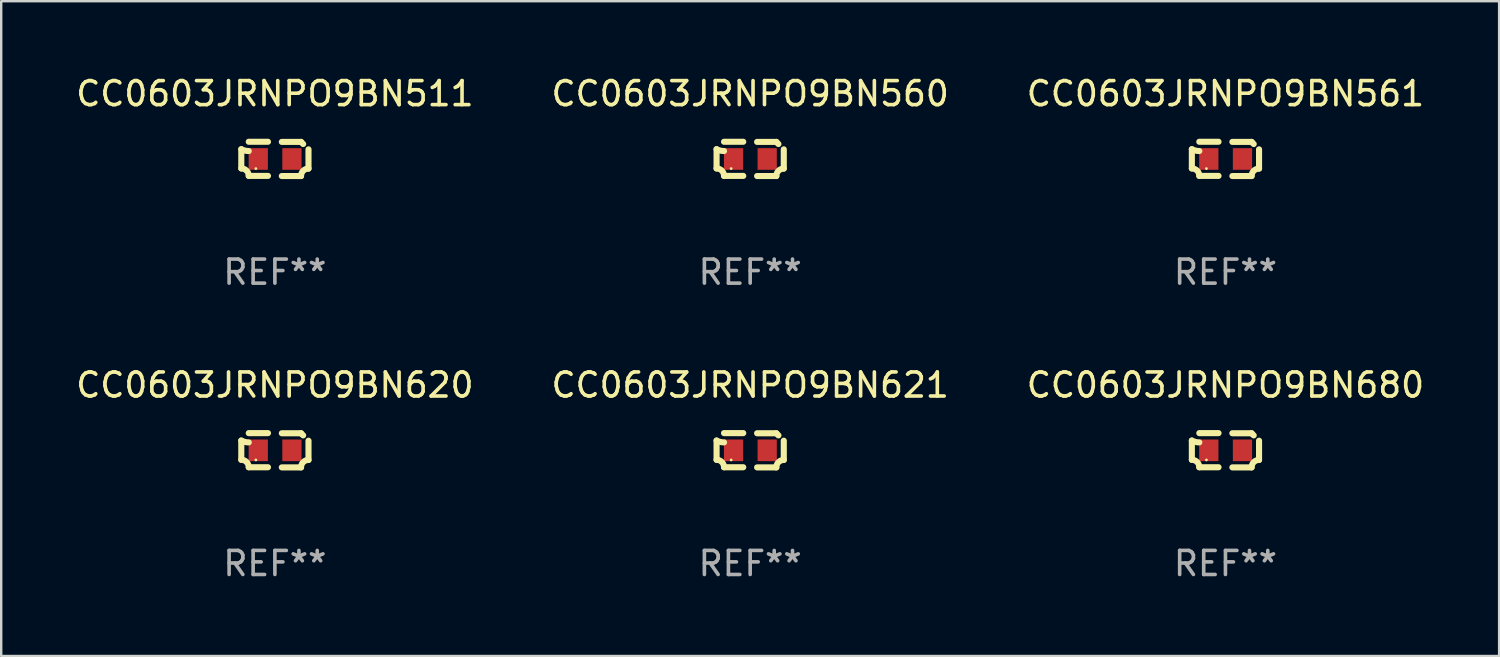
<source format=kicad_pcb>
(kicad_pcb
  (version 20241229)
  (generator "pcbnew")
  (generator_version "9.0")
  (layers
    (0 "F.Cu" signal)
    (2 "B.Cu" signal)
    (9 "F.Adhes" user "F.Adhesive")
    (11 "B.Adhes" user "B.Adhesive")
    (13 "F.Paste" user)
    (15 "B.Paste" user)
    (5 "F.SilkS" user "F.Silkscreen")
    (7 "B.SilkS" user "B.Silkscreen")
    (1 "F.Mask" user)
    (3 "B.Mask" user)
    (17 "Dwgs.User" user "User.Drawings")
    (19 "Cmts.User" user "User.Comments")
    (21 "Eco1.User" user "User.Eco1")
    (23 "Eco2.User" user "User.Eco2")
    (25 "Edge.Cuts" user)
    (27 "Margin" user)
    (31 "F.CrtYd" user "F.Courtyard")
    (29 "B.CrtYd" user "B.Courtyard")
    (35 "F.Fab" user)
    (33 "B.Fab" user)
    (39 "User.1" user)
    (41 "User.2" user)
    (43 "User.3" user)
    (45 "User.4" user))
  (footprint "CC0603JRNPO9BN680"
    (layer "F.Cu")
    (at 47.935 15.683)
    (property "Reference" "CC0603JRNPO9BN680" (at 0 -2.713 0) (layer "F.SilkS") (effects (font (size 1 1) (thickness 0.15))))
    (attr through_hole)
    (fp_line (start -1.398 -0.403) (end -1.398 0.397) (stroke (width 0.254) (type solid)) (layer "F.SilkS"))
    (fp_line (start -0.288 -0.713) (end -1.088 -0.713) (stroke (width 0.254) (type solid)) (layer "F.SilkS"))
    (fp_line (start -0.288 0.707) (end -1.088 0.707) (stroke (width 0.254) (type solid)) (layer "F.SilkS"))
    (fp_line (start 0.288 -0.707) (end 1.088 -0.707) (stroke (width 0.254) (type solid)) (layer "F.SilkS"))
    (fp_line (start 0.288 0.713) (end 1.088 0.713) (stroke (width 0.254) (type solid)) (layer "F.SilkS"))
    (fp_line (start 1.398 -0.397) (end 1.398 0.403) (stroke (width 0.254) (type solid)) (layer "F.SilkS"))
    (fp_arc (start -1.397789 0.397066) (mid -1.178701 0.487826) (end -1.08796 0.706922) (stroke (width 0.254001) (type solid)) (layer "F.SilkS"))
    (fp_arc (start -1.08796 -0.327176) (mid -1.247436 -0.346384) (end -1.39779 -0.402908) (stroke (width 0.254001) (type solid)) (layer "F.SilkS"))
    (fp_arc (start 1.087909 0.712738) (mid 1.178656 0.493655) (end 1.397739 0.402908) (stroke (width 0.254001) (type solid)) (layer "F.SilkS"))
    (fp_arc (start 1.175925 -0.618926) (mid 1.131917 -0.662923) (end 1.08791 -0.706922) (stroke (width 0.254001) (type solid)) (layer "F.SilkS"))
    (fp_circle (center -0.792 0.403) (end -0.762 0.403) (stroke (width 0.06) (type solid)) (fill no) (layer "F.SilkS"))
    (fp_text user "REF**" (at 0 4.713 0) (layer "F.Fab") (effects (font (size 1 1) (thickness 0.15))))
    (pad "1" smd rect (at -0.692 0.003) (size 0.8 0.9) (layers "F.Cu" "F.Mask" "F.Paste"))
    (pad "2" smd rect (at 0.708 0.003) (size 0.8 0.9) (layers "F.Cu" "F.Mask" "F.Paste")))
  (footprint "CC0603JRNPO9BN560"
    (layer "F.Cu")
    (at 28.161 3.561)
    (property "Reference" "CC0603JRNPO9BN560" (at 0 -2.713 0) (layer "F.SilkS") (effects (font (size 1 1) (thickness 0.15))))
    (attr through_hole)
    (fp_line (start -1.398 -0.403) (end -1.398 0.397) (stroke (width 0.254) (type solid)) (layer "F.SilkS"))
    (fp_line (start -0.288 -0.713) (end -1.088 -0.713) (stroke (width 0.254) (type solid)) (layer "F.SilkS"))
    (fp_line (start -0.288 0.707) (end -1.088 0.707) (stroke (width 0.254) (type solid)) (layer "F.SilkS"))
    (fp_line (start 0.288 -0.707) (end 1.088 -0.707) (stroke (width 0.254) (type solid)) (layer "F.SilkS"))
    (fp_line (start 0.288 0.713) (end 1.088 0.713) (stroke (width 0.254) (type solid)) (layer "F.SilkS"))
    (fp_line (start 1.398 -0.397) (end 1.398 0.403) (stroke (width 0.254) (type solid)) (layer "F.SilkS"))
    (fp_arc (start -1.397789 0.397066) (mid -1.178701 0.487826) (end -1.08796 0.706922) (stroke (width 0.254001) (type solid)) (layer "F.SilkS"))
    (fp_arc (start -1.08796 -0.327176) (mid -1.247436 -0.346384) (end -1.39779 -0.402908) (stroke (width 0.254001) (type solid)) (layer "F.SilkS"))
    (fp_arc (start 1.087909 0.712738) (mid 1.178656 0.493655) (end 1.397739 0.402908) (stroke (width 0.254001) (type solid)) (layer "F.SilkS"))
    (fp_arc (start 1.175925 -0.618926) (mid 1.131917 -0.662923) (end 1.08791 -0.706922) (stroke (width 0.254001) (type solid)) (layer "F.SilkS"))
    (fp_circle (center -0.792 0.403) (end -0.762 0.403) (stroke (width 0.06) (type solid)) (fill no) (layer "F.SilkS"))
    (fp_text user "REF**" (at 0 4.713 0) (layer "F.Fab") (effects (font (size 1 1) (thickness 0.15))))
    (pad "1" smd rect (at -0.692 0.003) (size 0.8 0.9) (layers "F.Cu" "F.Mask" "F.Paste"))
    (pad "2" smd rect (at 0.708 0.003) (size 0.8 0.9) (layers "F.Cu" "F.Mask" "F.Paste")))
  (footprint "CC0603JRNPO9BN511"
    (layer "F.Cu")
    (at 8.387 3.561)
    (property "Reference" "CC0603JRNPO9BN511" (at 0 -2.713 0) (layer "F.SilkS") (effects (font (size 1 1) (thickness 0.15))))
    (attr through_hole)
    (fp_line (start -1.398 -0.403) (end -1.398 0.397) (stroke (width 0.254) (type solid)) (layer "F.SilkS"))
    (fp_line (start -0.288 -0.713) (end -1.088 -0.713) (stroke (width 0.254) (type solid)) (layer "F.SilkS"))
    (fp_line (start -0.288 0.707) (end -1.088 0.707) (stroke (width 0.254) (type solid)) (layer "F.SilkS"))
    (fp_line (start 0.288 -0.707) (end 1.088 -0.707) (stroke (width 0.254) (type solid)) (layer "F.SilkS"))
    (fp_line (start 0.288 0.713) (end 1.088 0.713) (stroke (width 0.254) (type solid)) (layer "F.SilkS"))
    (fp_line (start 1.398 -0.397) (end 1.398 0.403) (stroke (width 0.254) (type solid)) (layer "F.SilkS"))
    (fp_arc (start -1.397789 0.397066) (mid -1.178701 0.487826) (end -1.08796 0.706922) (stroke (width 0.254001) (type solid)) (layer "F.SilkS"))
    (fp_arc (start -1.08796 -0.327176) (mid -1.247436 -0.346384) (end -1.39779 -0.402908) (stroke (width 0.254001) (type solid)) (layer "F.SilkS"))
    (fp_arc (start 1.087909 0.712738) (mid 1.178656 0.493655) (end 1.397739 0.402908) (stroke (width 0.254001) (type solid)) (layer "F.SilkS"))
    (fp_arc (start 1.175925 -0.618926) (mid 1.131917 -0.662923) (end 1.08791 -0.706922) (stroke (width 0.254001) (type solid)) (layer "F.SilkS"))
    (fp_circle (center -0.792 0.403) (end -0.762 0.403) (stroke (width 0.06) (type solid)) (fill no) (layer "F.SilkS"))
    (fp_text user "REF**" (at 0 4.713 0) (layer "F.Fab") (effects (font (size 1 1) (thickness 0.15))))
    (pad "1" smd rect (at -0.692 0.003) (size 0.8 0.9) (layers "F.Cu" "F.Mask" "F.Paste"))
    (pad "2" smd rect (at 0.708 0.003) (size 0.8 0.9) (layers "F.Cu" "F.Mask" "F.Paste")))
  (footprint "CC0603JRNPO9BN561"
    (layer "F.Cu")
    (at 47.935 3.561)
    (property "Reference" "CC0603JRNPO9BN561" (at 0 -2.713 0) (layer "F.SilkS") (effects (font (size 1 1) (thickness 0.15))))
    (attr through_hole)
    (fp_line (start -1.398 -0.403) (end -1.398 0.397) (stroke (width 0.254) (type solid)) (layer "F.SilkS"))
    (fp_line (start -0.288 -0.713) (end -1.088 -0.713) (stroke (width 0.254) (type solid)) (layer "F.SilkS"))
    (fp_line (start -0.288 0.707) (end -1.088 0.707) (stroke (width 0.254) (type solid)) (layer "F.SilkS"))
    (fp_line (start 0.288 -0.707) (end 1.088 -0.707) (stroke (width 0.254) (type solid)) (layer "F.SilkS"))
    (fp_line (start 0.288 0.713) (end 1.088 0.713) (stroke (width 0.254) (type solid)) (layer "F.SilkS"))
    (fp_line (start 1.398 -0.397) (end 1.398 0.403) (stroke (width 0.254) (type solid)) (layer "F.SilkS"))
    (fp_arc (start -1.397789 0.397066) (mid -1.178701 0.487826) (end -1.08796 0.706922) (stroke (width 0.254001) (type solid)) (layer "F.SilkS"))
    (fp_arc (start -1.08796 -0.327176) (mid -1.247436 -0.346384) (end -1.39779 -0.402908) (stroke (width 0.254001) (type solid)) (layer "F.SilkS"))
    (fp_arc (start 1.087909 0.712738) (mid 1.178656 0.493655) (end 1.397739 0.402908) (stroke (width 0.254001) (type solid)) (layer "F.SilkS"))
    (fp_arc (start 1.175925 -0.618926) (mid 1.131917 -0.662923) (end 1.08791 -0.706922) (stroke (width 0.254001) (type solid)) (layer "F.SilkS"))
    (fp_circle (center -0.792 0.403) (end -0.762 0.403) (stroke (width 0.06) (type solid)) (fill no) (layer "F.SilkS"))
    (fp_text user "REF**" (at 0 4.713 0) (layer "F.Fab") (effects (font (size 1 1) (thickness 0.15))))
    (pad "1" smd rect (at -0.692 0.003) (size 0.8 0.9) (layers "F.Cu" "F.Mask" "F.Paste"))
    (pad "2" smd rect (at 0.708 0.003) (size 0.8 0.9) (layers "F.Cu" "F.Mask" "F.Paste")))
  (footprint "CC0603JRNPO9BN620"
    (layer "F.Cu")
    (at 8.387 15.683)
    (property "Reference" "CC0603JRNPO9BN620" (at 0 -2.713 0) (layer "F.SilkS") (effects (font (size 1 1) (thickness 0.15))))
    (attr through_hole)
    (fp_line (start -1.398 -0.403) (end -1.398 0.397) (stroke (width 0.254) (type solid)) (layer "F.SilkS"))
    (fp_line (start -0.288 -0.713) (end -1.088 -0.713) (stroke (width 0.254) (type solid)) (layer "F.SilkS"))
    (fp_line (start -0.288 0.707) (end -1.088 0.707) (stroke (width 0.254) (type solid)) (layer "F.SilkS"))
    (fp_line (start 0.288 -0.707) (end 1.088 -0.707) (stroke (width 0.254) (type solid)) (layer "F.SilkS"))
    (fp_line (start 0.288 0.713) (end 1.088 0.713) (stroke (width 0.254) (type solid)) (layer "F.SilkS"))
    (fp_line (start 1.398 -0.397) (end 1.398 0.403) (stroke (width 0.254) (type solid)) (layer "F.SilkS"))
    (fp_arc (start -1.397789 0.397066) (mid -1.178701 0.487826) (end -1.08796 0.706922) (stroke (width 0.254001) (type solid)) (layer "F.SilkS"))
    (fp_arc (start -1.08796 -0.327176) (mid -1.247436 -0.346384) (end -1.39779 -0.402908) (stroke (width 0.254001) (type solid)) (layer "F.SilkS"))
    (fp_arc (start 1.087909 0.712738) (mid 1.178656 0.493655) (end 1.397739 0.402908) (stroke (width 0.254001) (type solid)) (layer "F.SilkS"))
    (fp_arc (start 1.175925 -0.618926) (mid 1.131917 -0.662923) (end 1.08791 -0.706922) (stroke (width 0.254001) (type solid)) (layer "F.SilkS"))
    (fp_circle (center -0.792 0.403) (end -0.762 0.403) (stroke (width 0.06) (type solid)) (fill no) (layer "F.SilkS"))
    (fp_text user "REF**" (at 0 4.713 0) (layer "F.Fab") (effects (font (size 1 1) (thickness 0.15))))
    (pad "1" smd rect (at -0.692 0.003) (size 0.8 0.9) (layers "F.Cu" "F.Mask" "F.Paste"))
    (pad "2" smd rect (at 0.708 0.003) (size 0.8 0.9) (layers "F.Cu" "F.Mask" "F.Paste")))
  (footprint "CC0603JRNPO9BN621"
    (layer "F.Cu")
    (at 28.161 15.683)
    (property "Reference" "CC0603JRNPO9BN621" (at 0 -2.713 0) (layer "F.SilkS") (effects (font (size 1 1) (thickness 0.15))))
    (attr through_hole)
    (fp_line (start -1.398 -0.403) (end -1.398 0.397) (stroke (width 0.254) (type solid)) (layer "F.SilkS"))
    (fp_line (start -0.288 -0.713) (end -1.088 -0.713) (stroke (width 0.254) (type solid)) (layer "F.SilkS"))
    (fp_line (start -0.288 0.707) (end -1.088 0.707) (stroke (width 0.254) (type solid)) (layer "F.SilkS"))
    (fp_line (start 0.288 -0.707) (end 1.088 -0.707) (stroke (width 0.254) (type solid)) (layer "F.SilkS"))
    (fp_line (start 0.288 0.713) (end 1.088 0.713) (stroke (width 0.254) (type solid)) (layer "F.SilkS"))
    (fp_line (start 1.398 -0.397) (end 1.398 0.403) (stroke (width 0.254) (type solid)) (layer "F.SilkS"))
    (fp_arc (start -1.397789 0.397066) (mid -1.178701 0.487826) (end -1.08796 0.706922) (stroke (width 0.254001) (type solid)) (layer "F.SilkS"))
    (fp_arc (start -1.08796 -0.327176) (mid -1.247436 -0.346384) (end -1.39779 -0.402908) (stroke (width 0.254001) (type solid)) (layer "F.SilkS"))
    (fp_arc (start 1.087909 0.712738) (mid 1.178656 0.493655) (end 1.397739 0.402908) (stroke (width 0.254001) (type solid)) (layer "F.SilkS"))
    (fp_arc (start 1.175925 -0.618926) (mid 1.131917 -0.662923) (end 1.08791 -0.706922) (stroke (width 0.254001) (type solid)) (layer "F.SilkS"))
    (fp_circle (center -0.792 0.403) (end -0.762 0.403) (stroke (width 0.06) (type solid)) (fill no) (layer "F.SilkS"))
    (fp_text user "REF**" (at 0 4.713 0) (layer "F.Fab") (effects (font (size 1 1) (thickness 0.15))))
    (pad "1" smd rect (at -0.692 0.003) (size 0.8 0.9) (layers "F.Cu" "F.Mask" "F.Paste"))
    (pad "2" smd rect (at 0.708 0.003) (size 0.8 0.9) (layers "F.Cu" "F.Mask" "F.Paste")))
  (gr_rect
    (start -3 -3)
    (end 59.321 24.244)
    (stroke (width 0.1) (type default))
    (fill no)
    (layer "Edge.Cuts")))
</source>
